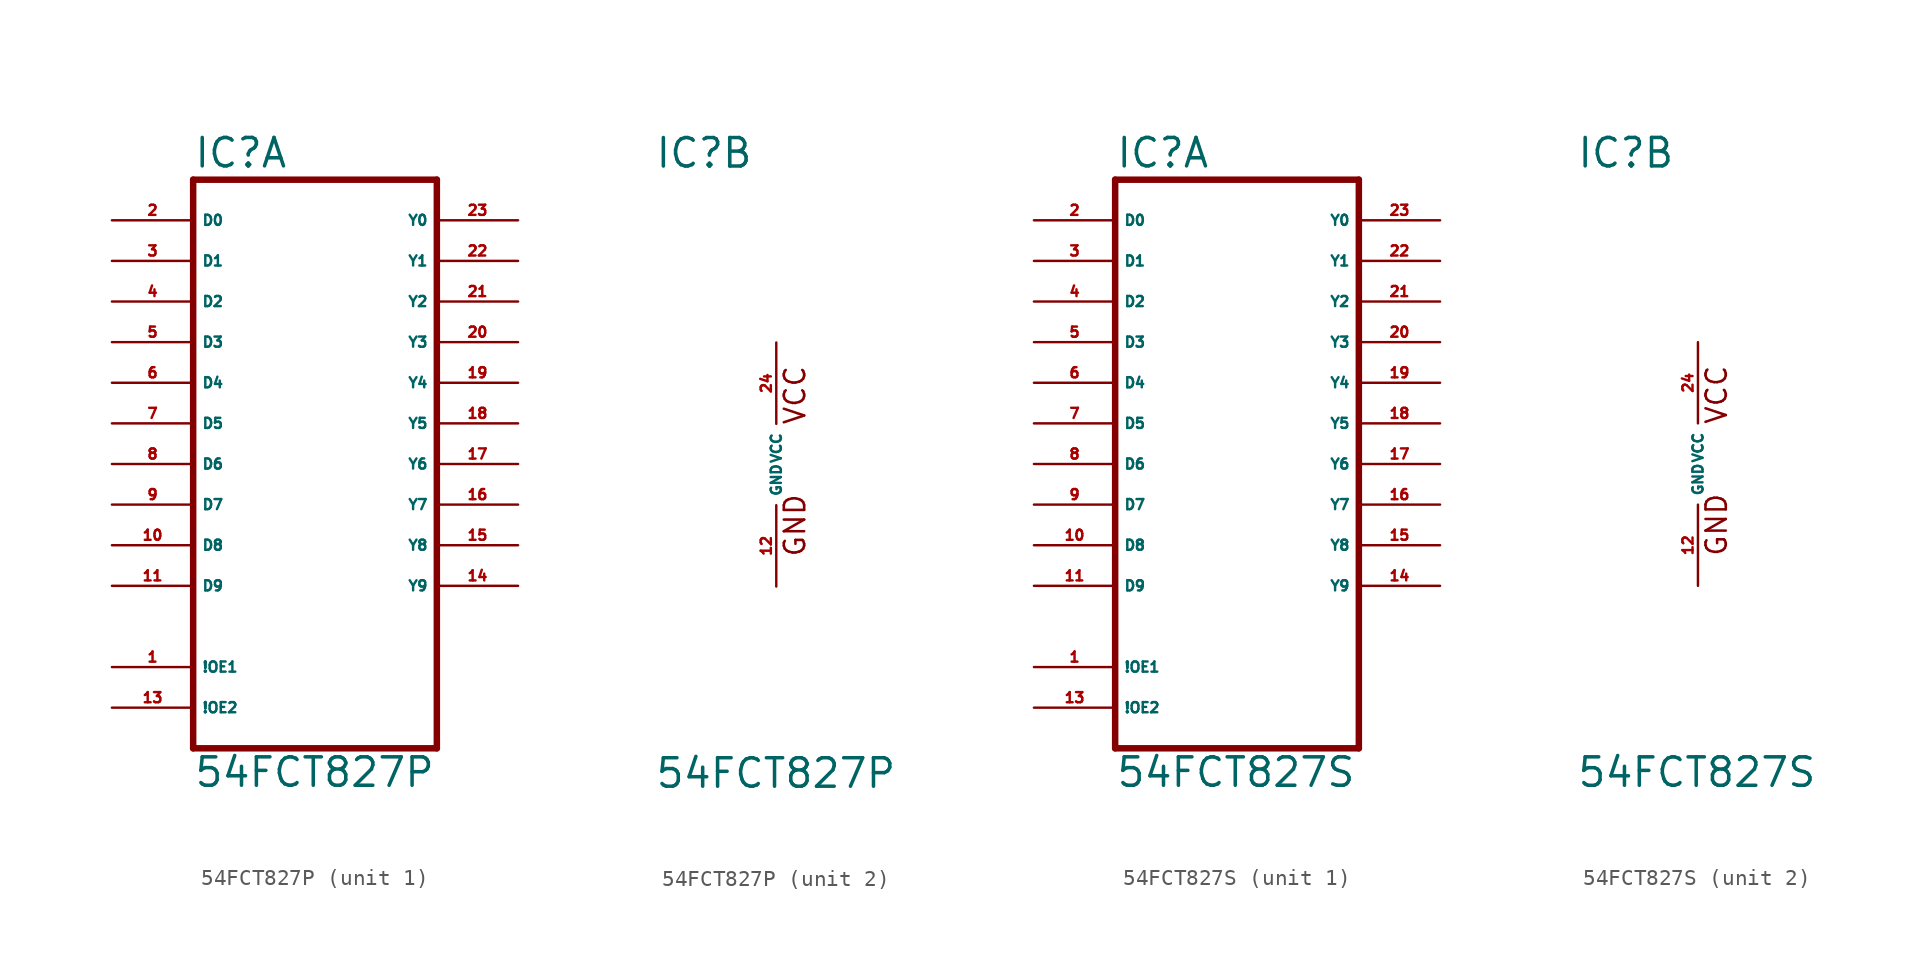
<source format=kicad_sym>
(kicad_symbol_lib
  (version 20220914)
  (generator Eagle2Kicad)
  (symbol "54FCT827P"
    (property "Reference" "IC"
      (at -7.62 18.415 0)
      (effects (font (size 1.778 1.778) (thickness 0.22)) (justify left bottom)))
    (property "Value" "54FCT827P"
      (at -7.62 -20.32 0)
      (effects (font (size 1.778 1.778) (thickness 0.22)) (justify left bottom)))
    (symbol "54FCT827P_1_0"
      (polyline (pts (xy -7.62 -17.78) (xy 7.62 -17.78)) (stroke (width 0.406) (type default)) (fill (type none)))
      (polyline (pts (xy 7.62 -17.78) (xy 7.62 17.78)) (stroke (width 0.406) (type default)) (fill (type none)))
      (polyline (pts (xy 7.62 17.78) (xy -7.62 17.78)) (stroke (width 0.406) (type default)) (fill (type none)))
      (polyline (pts (xy -7.62 17.78) (xy -7.62 -17.78)) (stroke (width 0.406) (type default)) (fill (type none)))
      (pin input line (at -12.7 15.24 0) (length 5.08) (name "D0" (effects (font (size 0.635 0.635) (thickness 0.08)) (justify left bottom))) (number "2" (effects (font (size 0.635 0.635) (thickness 0.08)) (justify left bottom))))
      (pin input line (at -12.7 12.7 0) (length 5.08) (name "D1" (effects (font (size 0.635 0.635) (thickness 0.08)) (justify left bottom))) (number "3" (effects (font (size 0.635 0.635) (thickness 0.08)) (justify left bottom))))
      (pin input line (at -12.7 10.16 0) (length 5.08) (name "D2" (effects (font (size 0.635 0.635) (thickness 0.08)) (justify left bottom))) (number "4" (effects (font (size 0.635 0.635) (thickness 0.08)) (justify left bottom))))
      (pin input line (at -12.7 7.62 0) (length 5.08) (name "D3" (effects (font (size 0.635 0.635) (thickness 0.08)) (justify left bottom))) (number "5" (effects (font (size 0.635 0.635) (thickness 0.08)) (justify left bottom))))
      (pin input line (at -12.7 5.08 0) (length 5.08) (name "D4" (effects (font (size 0.635 0.635) (thickness 0.08)) (justify left bottom))) (number "6" (effects (font (size 0.635 0.635) (thickness 0.08)) (justify left bottom))))
      (pin input line (at -12.7 2.54 0) (length 5.08) (name "D5" (effects (font (size 0.635 0.635) (thickness 0.08)) (justify left bottom))) (number "7" (effects (font (size 0.635 0.635) (thickness 0.08)) (justify left bottom))))
      (pin input line (at -12.7 0 0) (length 5.08) (name "D6" (effects (font (size 0.635 0.635) (thickness 0.08)) (justify left bottom))) (number "8" (effects (font (size 0.635 0.635) (thickness 0.08)) (justify left bottom))))
      (pin input line (at -12.7 -2.54 0) (length 5.08) (name "D7" (effects (font (size 0.635 0.635) (thickness 0.08)) (justify left bottom))) (number "9" (effects (font (size 0.635 0.635) (thickness 0.08)) (justify left bottom))))
      (pin input line (at -12.7 -5.08 0) (length 5.08) (name "D8" (effects (font (size 0.635 0.635) (thickness 0.08)) (justify left bottom))) (number "10" (effects (font (size 0.635 0.635) (thickness 0.08)) (justify left bottom))))
      (pin input line (at -12.7 -7.62 0) (length 5.08) (name "D9" (effects (font (size 0.635 0.635) (thickness 0.08)) (justify left bottom))) (number "11" (effects (font (size 0.635 0.635) (thickness 0.08)) (justify left bottom))))
      (pin input line (at -12.7 -12.7 0) (length 5.08) (name "!OE1" (effects (font (size 0.635 0.635) (thickness 0.08)) (justify left bottom))) (number "1" (effects (font (size 0.635 0.635) (thickness 0.08)) (justify left bottom))))
      (pin input line (at -12.7 -15.24 0) (length 5.08) (name "!OE2" (effects (font (size 0.635 0.635) (thickness 0.08)) (justify left bottom))) (number "13" (effects (font (size 0.635 0.635) (thickness 0.08)) (justify left bottom))))
      (pin output line (at 12.7 15.24 180) (length 5.08) (name "Y0" (effects (font (size 0.635 0.635) (thickness 0.08)) (justify left bottom))) (number "23" (effects (font (size 0.635 0.635) (thickness 0.08)) (justify left bottom))))
      (pin output line (at 12.7 12.7 180) (length 5.08) (name "Y1" (effects (font (size 0.635 0.635) (thickness 0.08)) (justify left bottom))) (number "22" (effects (font (size 0.635 0.635) (thickness 0.08)) (justify left bottom))))
      (pin output line (at 12.7 10.16 180) (length 5.08) (name "Y2" (effects (font (size 0.635 0.635) (thickness 0.08)) (justify left bottom))) (number "21" (effects (font (size 0.635 0.635) (thickness 0.08)) (justify left bottom))))
      (pin output line (at 12.7 7.62 180) (length 5.08) (name "Y3" (effects (font (size 0.635 0.635) (thickness 0.08)) (justify left bottom))) (number "20" (effects (font (size 0.635 0.635) (thickness 0.08)) (justify left bottom))))
      (pin output line (at 12.7 5.08 180) (length 5.08) (name "Y4" (effects (font (size 0.635 0.635) (thickness 0.08)) (justify left bottom))) (number "19" (effects (font (size 0.635 0.635) (thickness 0.08)) (justify left bottom))))
      (pin output line (at 12.7 2.54 180) (length 5.08) (name "Y5" (effects (font (size 0.635 0.635) (thickness 0.08)) (justify left bottom))) (number "18" (effects (font (size 0.635 0.635) (thickness 0.08)) (justify left bottom))))
      (pin output line (at 12.7 0 180) (length 5.08) (name "Y6" (effects (font (size 0.635 0.635) (thickness 0.08)) (justify left bottom))) (number "17" (effects (font (size 0.635 0.635) (thickness 0.08)) (justify left bottom))))
      (pin output line (at 12.7 -2.54 180) (length 5.08) (name "Y7" (effects (font (size 0.635 0.635) (thickness 0.08)) (justify left bottom))) (number "16" (effects (font (size 0.635 0.635) (thickness 0.08)) (justify left bottom))))
      (pin output line (at 12.7 -5.08 180) (length 5.08) (name "Y8" (effects (font (size 0.635 0.635) (thickness 0.08)) (justify left bottom))) (number "15" (effects (font (size 0.635 0.635) (thickness 0.08)) (justify left bottom))))
      (pin output line (at 12.7 -7.62 180) (length 5.08) (name "Y9" (effects (font (size 0.635 0.635) (thickness 0.08)) (justify left bottom))) (number "14" (effects (font (size 0.635 0.635) (thickness 0.08)) (justify left bottom)))))
    (symbol "54FCT827P_2_0"
      (text "GND" (at 1.905 -5.842 900) (effects (font (size 1.27 1.27) (thickness 0.16)) (justify left bottom)))
      (text "VCC" (at 1.905 2.413 900) (effects (font (size 1.27 1.27) (thickness 0.16)) (justify left bottom)))
      (pin unspecified line (at 0 7.62 270) (length 5.08) (name "VCC" (effects (font (size 0.635 0.635) (thickness 0.08)) (justify left bottom))) (number "24" (effects (font (size 0.635 0.635) (thickness 0.08)) (justify left bottom))))
      (pin unspecified line (at 0 -7.62 90) (length 5.08) (name "GND" (effects (font (size 0.635 0.635) (thickness 0.08)) (justify left bottom))) (number "12" (effects (font (size 0.635 0.635) (thickness 0.08)) (justify left bottom))))))
  (symbol "54FCT827S"
    (property "Reference" "IC"
      (at -7.62 18.415 0)
      (effects (font (size 1.778 1.778) (thickness 0.22)) (justify left bottom)))
    (property "Value" "54FCT827S"
      (at -7.62 -20.32 0)
      (effects (font (size 1.778 1.778) (thickness 0.22)) (justify left bottom)))
    (symbol "54FCT827S_1_0"
      (polyline (pts (xy -7.62 -17.78) (xy 7.62 -17.78)) (stroke (width 0.406) (type default)) (fill (type none)))
      (polyline (pts (xy 7.62 -17.78) (xy 7.62 17.78)) (stroke (width 0.406) (type default)) (fill (type none)))
      (polyline (pts (xy 7.62 17.78) (xy -7.62 17.78)) (stroke (width 0.406) (type default)) (fill (type none)))
      (polyline (pts (xy -7.62 17.78) (xy -7.62 -17.78)) (stroke (width 0.406) (type default)) (fill (type none)))
      (pin input line (at -12.7 15.24 0) (length 5.08) (name "D0" (effects (font (size 0.635 0.635) (thickness 0.08)) (justify left bottom))) (number "2" (effects (font (size 0.635 0.635) (thickness 0.08)) (justify left bottom))))
      (pin input line (at -12.7 12.7 0) (length 5.08) (name "D1" (effects (font (size 0.635 0.635) (thickness 0.08)) (justify left bottom))) (number "3" (effects (font (size 0.635 0.635) (thickness 0.08)) (justify left bottom))))
      (pin input line (at -12.7 10.16 0) (length 5.08) (name "D2" (effects (font (size 0.635 0.635) (thickness 0.08)) (justify left bottom))) (number "4" (effects (font (size 0.635 0.635) (thickness 0.08)) (justify left bottom))))
      (pin input line (at -12.7 7.62 0) (length 5.08) (name "D3" (effects (font (size 0.635 0.635) (thickness 0.08)) (justify left bottom))) (number "5" (effects (font (size 0.635 0.635) (thickness 0.08)) (justify left bottom))))
      (pin input line (at -12.7 5.08 0) (length 5.08) (name "D4" (effects (font (size 0.635 0.635) (thickness 0.08)) (justify left bottom))) (number "6" (effects (font (size 0.635 0.635) (thickness 0.08)) (justify left bottom))))
      (pin input line (at -12.7 2.54 0) (length 5.08) (name "D5" (effects (font (size 0.635 0.635) (thickness 0.08)) (justify left bottom))) (number "7" (effects (font (size 0.635 0.635) (thickness 0.08)) (justify left bottom))))
      (pin input line (at -12.7 0 0) (length 5.08) (name "D6" (effects (font (size 0.635 0.635) (thickness 0.08)) (justify left bottom))) (number "8" (effects (font (size 0.635 0.635) (thickness 0.08)) (justify left bottom))))
      (pin input line (at -12.7 -2.54 0) (length 5.08) (name "D7" (effects (font (size 0.635 0.635) (thickness 0.08)) (justify left bottom))) (number "9" (effects (font (size 0.635 0.635) (thickness 0.08)) (justify left bottom))))
      (pin input line (at -12.7 -5.08 0) (length 5.08) (name "D8" (effects (font (size 0.635 0.635) (thickness 0.08)) (justify left bottom))) (number "10" (effects (font (size 0.635 0.635) (thickness 0.08)) (justify left bottom))))
      (pin input line (at -12.7 -7.62 0) (length 5.08) (name "D9" (effects (font (size 0.635 0.635) (thickness 0.08)) (justify left bottom))) (number "11" (effects (font (size 0.635 0.635) (thickness 0.08)) (justify left bottom))))
      (pin input line (at -12.7 -12.7 0) (length 5.08) (name "!OE1" (effects (font (size 0.635 0.635) (thickness 0.08)) (justify left bottom))) (number "1" (effects (font (size 0.635 0.635) (thickness 0.08)) (justify left bottom))))
      (pin input line (at -12.7 -15.24 0) (length 5.08) (name "!OE2" (effects (font (size 0.635 0.635) (thickness 0.08)) (justify left bottom))) (number "13" (effects (font (size 0.635 0.635) (thickness 0.08)) (justify left bottom))))
      (pin output line (at 12.7 15.24 180) (length 5.08) (name "Y0" (effects (font (size 0.635 0.635) (thickness 0.08)) (justify left bottom))) (number "23" (effects (font (size 0.635 0.635) (thickness 0.08)) (justify left bottom))))
      (pin output line (at 12.7 12.7 180) (length 5.08) (name "Y1" (effects (font (size 0.635 0.635) (thickness 0.08)) (justify left bottom))) (number "22" (effects (font (size 0.635 0.635) (thickness 0.08)) (justify left bottom))))
      (pin output line (at 12.7 10.16 180) (length 5.08) (name "Y2" (effects (font (size 0.635 0.635) (thickness 0.08)) (justify left bottom))) (number "21" (effects (font (size 0.635 0.635) (thickness 0.08)) (justify left bottom))))
      (pin output line (at 12.7 7.62 180) (length 5.08) (name "Y3" (effects (font (size 0.635 0.635) (thickness 0.08)) (justify left bottom))) (number "20" (effects (font (size 0.635 0.635) (thickness 0.08)) (justify left bottom))))
      (pin output line (at 12.7 5.08 180) (length 5.08) (name "Y4" (effects (font (size 0.635 0.635) (thickness 0.08)) (justify left bottom))) (number "19" (effects (font (size 0.635 0.635) (thickness 0.08)) (justify left bottom))))
      (pin output line (at 12.7 2.54 180) (length 5.08) (name "Y5" (effects (font (size 0.635 0.635) (thickness 0.08)) (justify left bottom))) (number "18" (effects (font (size 0.635 0.635) (thickness 0.08)) (justify left bottom))))
      (pin output line (at 12.7 0 180) (length 5.08) (name "Y6" (effects (font (size 0.635 0.635) (thickness 0.08)) (justify left bottom))) (number "17" (effects (font (size 0.635 0.635) (thickness 0.08)) (justify left bottom))))
      (pin output line (at 12.7 -2.54 180) (length 5.08) (name "Y7" (effects (font (size 0.635 0.635) (thickness 0.08)) (justify left bottom))) (number "16" (effects (font (size 0.635 0.635) (thickness 0.08)) (justify left bottom))))
      (pin output line (at 12.7 -5.08 180) (length 5.08) (name "Y8" (effects (font (size 0.635 0.635) (thickness 0.08)) (justify left bottom))) (number "15" (effects (font (size 0.635 0.635) (thickness 0.08)) (justify left bottom))))
      (pin output line (at 12.7 -7.62 180) (length 5.08) (name "Y9" (effects (font (size 0.635 0.635) (thickness 0.08)) (justify left bottom))) (number "14" (effects (font (size 0.635 0.635) (thickness 0.08)) (justify left bottom)))))
    (symbol "54FCT827S_2_0"
      (text "GND" (at 1.905 -5.842 900) (effects (font (size 1.27 1.27) (thickness 0.16)) (justify left bottom)))
      (text "VCC" (at 1.905 2.413 900) (effects (font (size 1.27 1.27) (thickness 0.16)) (justify left bottom)))
      (pin unspecified line (at 0 7.62 270) (length 5.08) (name "VCC" (effects (font (size 0.635 0.635) (thickness 0.08)) (justify left bottom))) (number "24" (effects (font (size 0.635 0.635) (thickness 0.08)) (justify left bottom))))
      (pin unspecified line (at 0 -7.62 90) (length 5.08) (name "GND" (effects (font (size 0.635 0.635) (thickness 0.08)) (justify left bottom))) (number "12" (effects (font (size 0.635 0.635) (thickness 0.08)) (justify left bottom)))))))
</source>
